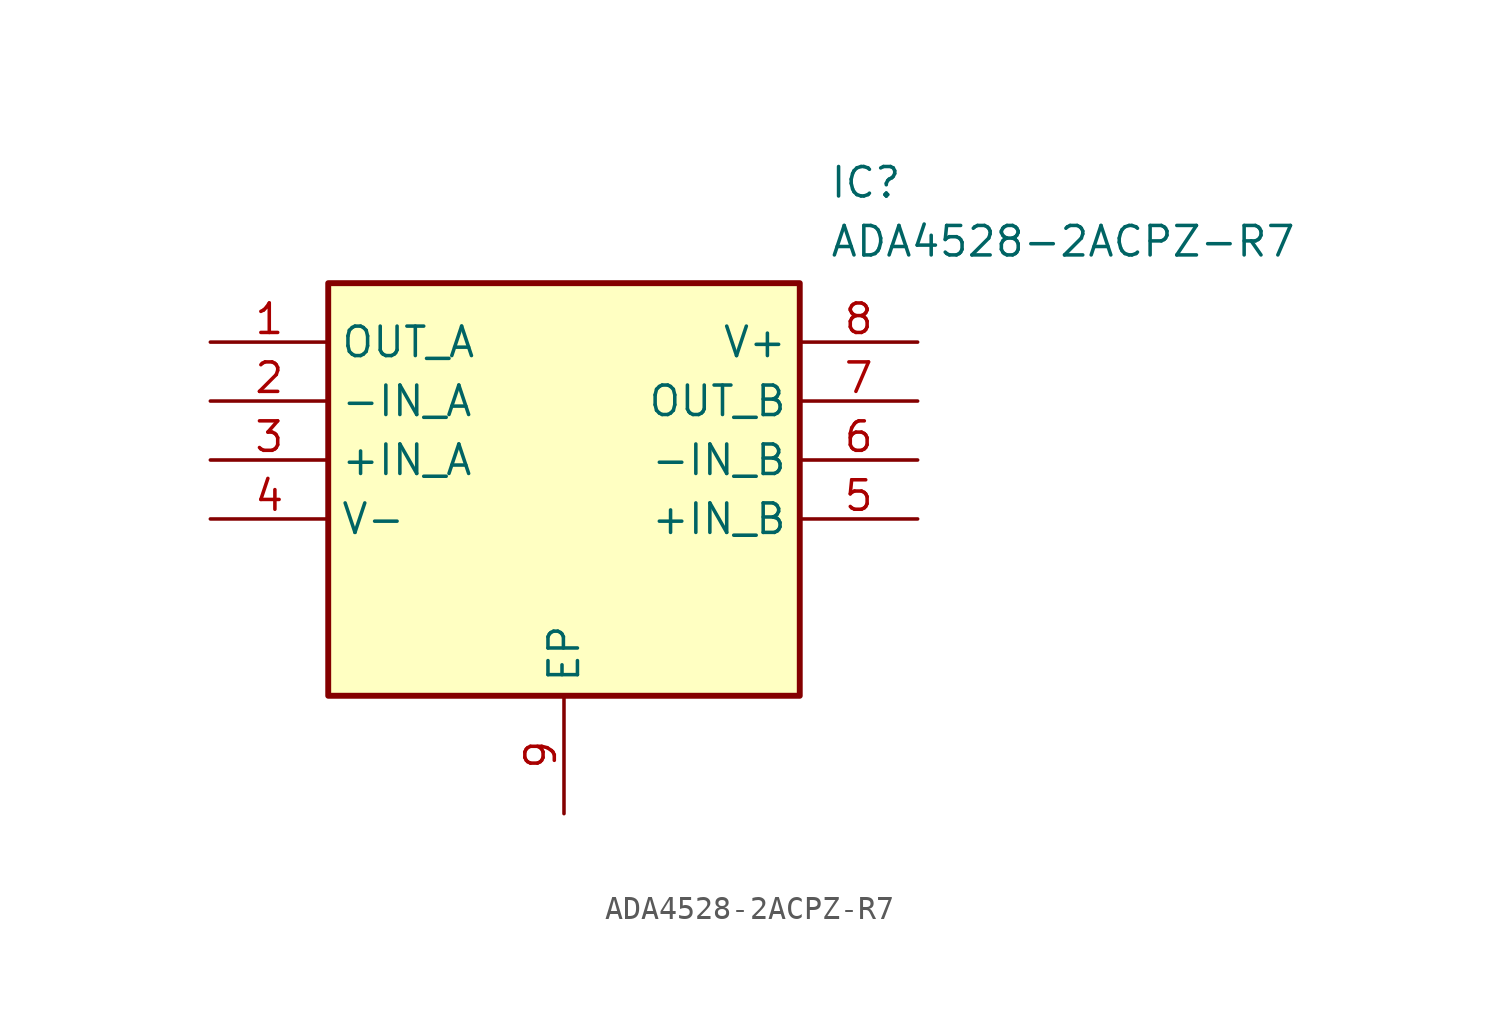
<source format=kicad_sym>
(kicad_symbol_lib
  (version 20211014)
  (generator SamacSys_ECAD_Model)
  (symbol "ADA4528-2ACPZ-R7"
    (property "Reference" "IC"
      (at 26.67 7.62 0)
      (effects (font (size 1.27 1.27)) (justify left top)))
    (property "Value" "ADA4528-2ACPZ-R7"
      (at 26.67 5.08 0)
      (effects (font (size 1.27 1.27)) (justify left top)))
    (rectangle
      (start 5.08 2.54)
      (end 25.4 -15.24)
      (stroke (width 0.254) (type default))
      (fill (type background)))
    (pin output line
      (at 0 0 0)
      (length 5.08)
      (name "OUT_A" (effects (font (size 1.27 1.27))))
      (number "1" (effects (font (size 1.27 1.27)))))
    (pin input line
      (at 0 -2.54 0)
      (length 5.08)
      (name "-IN_A" (effects (font (size 1.27 1.27))))
      (number "2" (effects (font (size 1.27 1.27)))))
    (pin input line
      (at 0 -5.08 0)
      (length 5.08)
      (name "+IN_A" (effects (font (size 1.27 1.27))))
      (number "3" (effects (font (size 1.27 1.27)))))
    (pin power_in line
      (at 0 -7.62 0)
      (length 5.08)
      (name "V-" (effects (font (size 1.27 1.27))))
      (number "4" (effects (font (size 1.27 1.27)))))
    (pin power_in line
      (at 15.24 -20.32 90)
      (length 5.08)
      (name "EP" (effects (font (size 1.27 1.27))))
      (number "9" (effects (font (size 1.27 1.27)))))
    (pin power_in line
      (at 30.48 0 180)
      (length 5.08)
      (name "V+" (effects (font (size 1.27 1.27))))
      (number "8" (effects (font (size 1.27 1.27)))))
    (pin output line
      (at 30.48 -2.54 180)
      (length 5.08)
      (name "OUT_B" (effects (font (size 1.27 1.27))))
      (number "7" (effects (font (size 1.27 1.27)))))
    (pin input line
      (at 30.48 -5.08 180)
      (length 5.08)
      (name "-IN_B" (effects (font (size 1.27 1.27))))
      (number "6" (effects (font (size 1.27 1.27)))))
    (pin input line
      (at 30.48 -7.62 180)
      (length 5.08)
      (name "+IN_B" (effects (font (size 1.27 1.27))))
      (number "5" (effects (font (size 1.27 1.27)))))))
</source>
